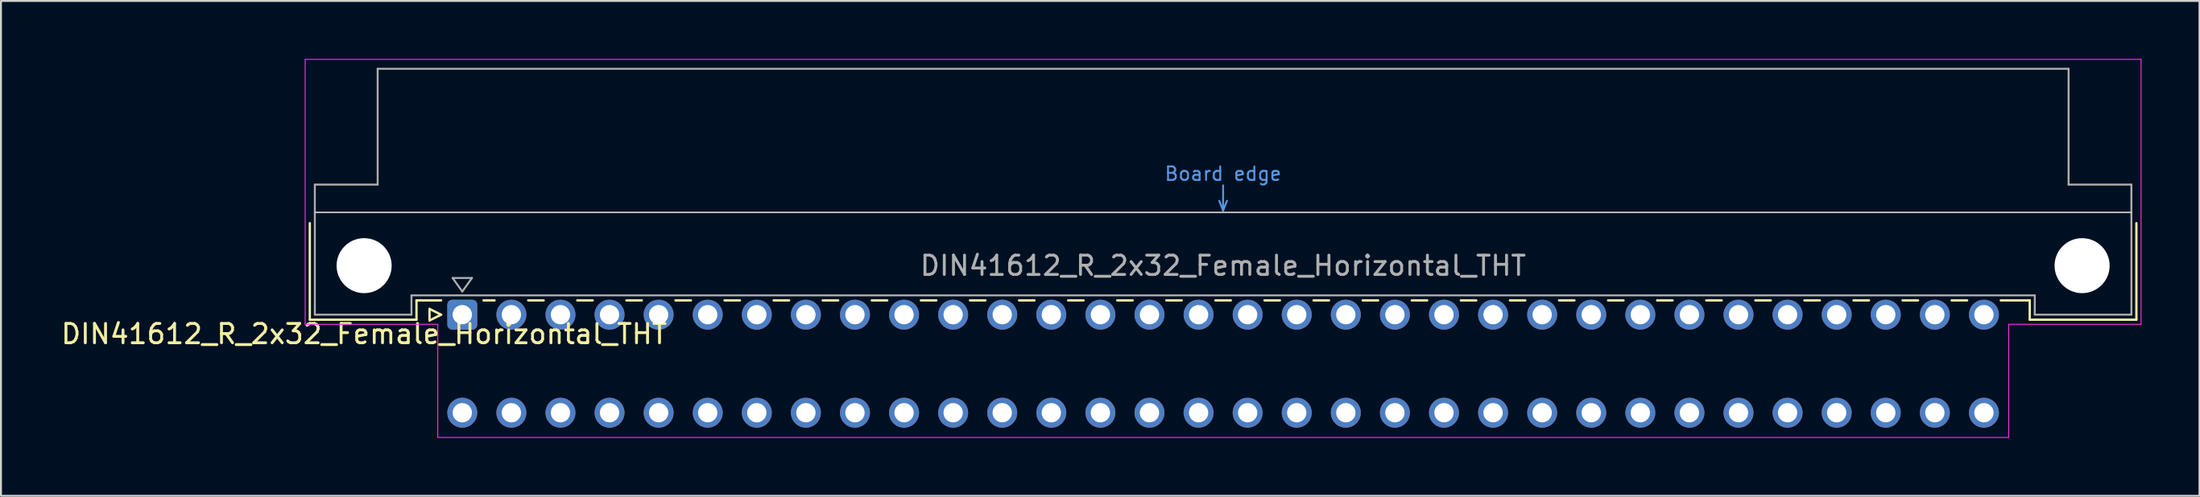
<source format=kicad_pcb>
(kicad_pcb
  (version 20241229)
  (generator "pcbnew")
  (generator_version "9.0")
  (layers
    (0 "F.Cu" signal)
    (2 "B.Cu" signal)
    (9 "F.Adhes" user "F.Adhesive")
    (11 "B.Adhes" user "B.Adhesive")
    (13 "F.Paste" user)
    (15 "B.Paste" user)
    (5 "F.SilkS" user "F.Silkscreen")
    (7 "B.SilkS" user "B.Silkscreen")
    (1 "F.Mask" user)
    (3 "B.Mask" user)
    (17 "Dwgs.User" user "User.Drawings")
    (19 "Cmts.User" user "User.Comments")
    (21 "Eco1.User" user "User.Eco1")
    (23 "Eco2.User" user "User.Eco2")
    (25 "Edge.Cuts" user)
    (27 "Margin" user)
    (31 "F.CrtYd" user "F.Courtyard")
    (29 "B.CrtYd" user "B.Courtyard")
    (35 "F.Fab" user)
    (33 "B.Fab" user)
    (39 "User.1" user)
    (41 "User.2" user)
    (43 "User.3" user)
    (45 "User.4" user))
  (footprint "DIN41612_R_2x32_Female_Horizontal_THT"
    (layer "F.Cu")
    (at 20.872 13.255)
    (property "Reference" "DIN41612_R_2x32_Female_Horizontal_THT" (at -5.08 1 0) (layer "F.SilkS") (effects (font (size 1 1) (thickness 0.15))))
    (attr through_hole)
    (fp_line (start -7.89 -4.74) (end -7.89 0.26) (stroke (width 0.12) (type solid)) (layer "F.SilkS"))
    (fp_line (start -7.89 0.26) (end -2.37 0.26) (stroke (width 0.12) (type solid)) (layer "F.SilkS"))
    (fp_line (start -2.371 -0.74) (end -1.095 -0.74) (stroke (width 0.12) (type solid)) (layer "F.SilkS"))
    (fp_line (start -2.37 0.26) (end -2.37 -0.74) (stroke (width 0.12) (type solid)) (layer "F.SilkS"))
    (fp_line (start -1.695 -0.3) (end -1.695 0.3) (stroke (width 0.12) (type solid)) (layer "F.SilkS"))
    (fp_line (start -1.695 0.3) (end -1.095 0) (stroke (width 0.12) (type solid)) (layer "F.SilkS"))
    (fp_line (start -1.095 0) (end -1.695 -0.3) (stroke (width 0.12) (type solid)) (layer "F.SilkS"))
    (fp_line (start 1.095 -0.74) (end 1.671 -0.74) (stroke (width 0.12) (type solid)) (layer "F.SilkS"))
    (fp_line (start 3.41 -0.74) (end 4.211 -0.74) (stroke (width 0.12) (type solid)) (layer "F.SilkS"))
    (fp_line (start 5.95 -0.74) (end 6.751 -0.74) (stroke (width 0.12) (type solid)) (layer "F.SilkS"))
    (fp_line (start 8.49 -0.74) (end 9.291 -0.74) (stroke (width 0.12) (type solid)) (layer "F.SilkS"))
    (fp_line (start 11.03 -0.74) (end 11.831 -0.74) (stroke (width 0.12) (type solid)) (layer "F.SilkS"))
    (fp_line (start 13.57 -0.74) (end 14.371 -0.74) (stroke (width 0.12) (type solid)) (layer "F.SilkS"))
    (fp_line (start 16.11 -0.74) (end 16.911 -0.74) (stroke (width 0.12) (type solid)) (layer "F.SilkS"))
    (fp_line (start 18.65 -0.74) (end 19.451 -0.74) (stroke (width 0.12) (type solid)) (layer "F.SilkS"))
    (fp_line (start 21.19 -0.74) (end 21.991 -0.74) (stroke (width 0.12) (type solid)) (layer "F.SilkS"))
    (fp_line (start 23.73 -0.74) (end 24.531 -0.74) (stroke (width 0.12) (type solid)) (layer "F.SilkS"))
    (fp_line (start 26.27 -0.74) (end 27.071 -0.74) (stroke (width 0.12) (type solid)) (layer "F.SilkS"))
    (fp_line (start 28.81 -0.74) (end 29.611 -0.74) (stroke (width 0.12) (type solid)) (layer "F.SilkS"))
    (fp_line (start 31.35 -0.74) (end 32.151 -0.74) (stroke (width 0.12) (type solid)) (layer "F.SilkS"))
    (fp_line (start 33.89 -0.74) (end 34.691 -0.74) (stroke (width 0.12) (type solid)) (layer "F.SilkS"))
    (fp_line (start 36.43 -0.74) (end 37.231 -0.74) (stroke (width 0.12) (type solid)) (layer "F.SilkS"))
    (fp_line (start 38.97 -0.74) (end 39.771 -0.74) (stroke (width 0.12) (type solid)) (layer "F.SilkS"))
    (fp_line (start 41.51 -0.74) (end 42.311 -0.74) (stroke (width 0.12) (type solid)) (layer "F.SilkS"))
    (fp_line (start 44.05 -0.74) (end 44.851 -0.74) (stroke (width 0.12) (type solid)) (layer "F.SilkS"))
    (fp_line (start 46.59 -0.74) (end 47.391 -0.74) (stroke (width 0.12) (type solid)) (layer "F.SilkS"))
    (fp_line (start 49.13 -0.74) (end 49.931 -0.74) (stroke (width 0.12) (type solid)) (layer "F.SilkS"))
    (fp_line (start 51.67 -0.74) (end 52.471 -0.74) (stroke (width 0.12) (type solid)) (layer "F.SilkS"))
    (fp_line (start 54.21 -0.74) (end 55.011 -0.74) (stroke (width 0.12) (type solid)) (layer "F.SilkS"))
    (fp_line (start 56.75 -0.74) (end 57.551 -0.74) (stroke (width 0.12) (type solid)) (layer "F.SilkS"))
    (fp_line (start 59.29 -0.74) (end 60.091 -0.74) (stroke (width 0.12) (type solid)) (layer "F.SilkS"))
    (fp_line (start 61.83 -0.74) (end 62.631 -0.74) (stroke (width 0.12) (type solid)) (layer "F.SilkS"))
    (fp_line (start 64.37 -0.74) (end 65.171 -0.74) (stroke (width 0.12) (type solid)) (layer "F.SilkS"))
    (fp_line (start 66.91 -0.74) (end 67.711 -0.74) (stroke (width 0.12) (type solid)) (layer "F.SilkS"))
    (fp_line (start 69.45 -0.74) (end 70.251 -0.74) (stroke (width 0.12) (type solid)) (layer "F.SilkS"))
    (fp_line (start 71.99 -0.74) (end 72.791 -0.74) (stroke (width 0.12) (type solid)) (layer "F.SilkS"))
    (fp_line (start 74.53 -0.74) (end 75.331 -0.74) (stroke (width 0.12) (type solid)) (layer "F.SilkS"))
    (fp_line (start 77.07 -0.74) (end 77.871 -0.74) (stroke (width 0.12) (type solid)) (layer "F.SilkS"))
    (fp_line (start 79.61 -0.74) (end 81.11 -0.74) (stroke (width 0.12) (type solid)) (layer "F.SilkS"))
    (fp_line (start 81.11 0.26) (end 81.11 -0.74) (stroke (width 0.12) (type solid)) (layer "F.SilkS"))
    (fp_line (start 86.63 -4.74) (end 86.63 0.26) (stroke (width 0.12) (type solid)) (layer "F.SilkS"))
    (fp_line (start 86.63 0.26) (end 81.11 0.26) (stroke (width 0.12) (type solid)) (layer "F.SilkS"))
    (fp_line (start -7.63 -5.3) (end 86.37 -5.3) (stroke (width 0.08) (type solid)) (layer "Dwgs.User"))
    (fp_line (start 39.17 -5.9) (end 39.37 -5.4) (stroke (width 0.1) (type solid)) (layer "Cmts.User"))
    (fp_line (start 39.37 -5.4) (end 39.37 -6.7) (stroke (width 0.1) (type solid)) (layer "Cmts.User"))
    (fp_line (start 39.37 -5.4) (end 39.57 -5.9) (stroke (width 0.1) (type solid)) (layer "Cmts.User"))
    (fp_line (start -8.13 -13.23) (end -8.13 0.5) (stroke (width 0.05) (type solid)) (layer "F.CrtYd"))
    (fp_line (start -8.13 0.5) (end -1.27 0.5) (stroke (width 0.05) (type solid)) (layer "F.CrtYd"))
    (fp_line (start -1.27 0.5) (end -1.27 6.36) (stroke (width 0.05) (type solid)) (layer "F.CrtYd"))
    (fp_line (start -1.27 6.36) (end 80.02 6.36) (stroke (width 0.05) (type solid)) (layer "F.CrtYd"))
    (fp_line (start 80.02 0.5) (end 86.87 0.5) (stroke (width 0.05) (type solid)) (layer "F.CrtYd"))
    (fp_line (start 80.02 6.36) (end 80.02 0.5) (stroke (width 0.05) (type solid)) (layer "F.CrtYd"))
    (fp_line (start 86.87 -13.23) (end -8.13 -13.23) (stroke (width 0.05) (type solid)) (layer "F.CrtYd"))
    (fp_line (start 86.87 0.5) (end 86.87 -13.23) (stroke (width 0.05) (type solid)) (layer "F.CrtYd"))
    (fp_line (start -7.63 -6.74) (end -7.63 0) (stroke (width 0.1) (type solid)) (layer "F.Fab"))
    (fp_line (start -7.63 0) (end -2.63 0) (stroke (width 0.1) (type solid)) (layer "F.Fab"))
    (fp_line (start -4.38 -12.74) (end -4.38 -6.74) (stroke (width 0.1) (type solid)) (layer "F.Fab"))
    (fp_line (start -4.38 -6.74) (end -7.63 -6.74) (stroke (width 0.1) (type solid)) (layer "F.Fab"))
    (fp_line (start -2.63 -1) (end 81.37 -1) (stroke (width 0.1) (type solid)) (layer "F.Fab"))
    (fp_line (start -2.63 0) (end -2.63 -1) (stroke (width 0.1) (type solid)) (layer "F.Fab"))
    (fp_line (start -0.5 -1.9) (end 0.5 -1.9) (stroke (width 0.1) (type solid)) (layer "F.Fab"))
    (fp_line (start 0 -1.2) (end -0.5 -1.9) (stroke (width 0.1) (type solid)) (layer "F.Fab"))
    (fp_line (start 0.5 -1.9) (end 0 -1.2) (stroke (width 0.1) (type solid)) (layer "F.Fab"))
    (fp_line (start 81.37 -1) (end 81.37 0) (stroke (width 0.1) (type solid)) (layer "F.Fab"))
    (fp_line (start 81.37 0) (end 86.37 0) (stroke (width 0.1) (type solid)) (layer "F.Fab"))
    (fp_line (start 83.12 -12.74) (end -4.38 -12.74) (stroke (width 0.1) (type solid)) (layer "F.Fab"))
    (fp_line (start 83.12 -6.74) (end 83.12 -12.74) (stroke (width 0.1) (type solid)) (layer "F.Fab"))
    (fp_line (start 86.37 -6.74) (end 83.12 -6.74) (stroke (width 0.1) (type solid)) (layer "F.Fab"))
    (fp_line (start 86.37 0) (end 86.37 -6.74) (stroke (width 0.1) (type solid)) (layer "F.Fab"))
    (fp_text user "Board edge" (at 39.37 -7.3 0) (layer "Cmts.User") (effects (font (size 0.7 0.7) (thickness 0.1))))
    (fp_text user "${REFERENCE}" (at 39.37 -2.54 0) (layer "F.Fab") (effects (font (size 1 1) (thickness 0.15))))
    (pad "" np_thru_hole circle (at -5.08 -2.54) (size 2.85 2.85) (drill 2.85) (layers "*.Cu" "*.Mask"))
    (pad "" np_thru_hole circle (at 83.82 -2.54) (size 2.85 2.85) (drill 2.85) (layers "*.Cu" "*.Mask"))
    (pad "a1" thru_hole roundrect (at 0 0) (size 1.55 1.55) (drill 1) (layers "*.Cu" "*.Mask") (roundrect_rratio 0.161))
    (pad "a2" thru_hole circle (at 2.54 0) (size 1.55 1.55) (drill 1) (layers "*.Cu" "*.Mask"))
    (pad "a3" thru_hole circle (at 5.08 0) (size 1.55 1.55) (drill 1) (layers "*.Cu" "*.Mask"))
    (pad "a4" thru_hole circle (at 7.62 0) (size 1.55 1.55) (drill 1) (layers "*.Cu" "*.Mask"))
    (pad "a5" thru_hole circle (at 10.16 0) (size 1.55 1.55) (drill 1) (layers "*.Cu" "*.Mask"))
    (pad "a6" thru_hole circle (at 12.7 0) (size 1.55 1.55) (drill 1) (layers "*.Cu" "*.Mask"))
    (pad "a7" thru_hole circle (at 15.24 0) (size 1.55 1.55) (drill 1) (layers "*.Cu" "*.Mask"))
    (pad "a8" thru_hole circle (at 17.78 0) (size 1.55 1.55) (drill 1) (layers "*.Cu" "*.Mask"))
    (pad "a9" thru_hole circle (at 20.32 0) (size 1.55 1.55) (drill 1) (layers "*.Cu" "*.Mask"))
    (pad "a10" thru_hole circle (at 22.86 0) (size 1.55 1.55) (drill 1) (layers "*.Cu" "*.Mask"))
    (pad "a11" thru_hole circle (at 25.4 0) (size 1.55 1.55) (drill 1) (layers "*.Cu" "*.Mask"))
    (pad "a12" thru_hole circle (at 27.94 0) (size 1.55 1.55) (drill 1) (layers "*.Cu" "*.Mask"))
    (pad "a13" thru_hole circle (at 30.48 0) (size 1.55 1.55) (drill 1) (layers "*.Cu" "*.Mask"))
    (pad "a14" thru_hole circle (at 33.02 0) (size 1.55 1.55) (drill 1) (layers "*.Cu" "*.Mask"))
    (pad "a15" thru_hole circle (at 35.56 0) (size 1.55 1.55) (drill 1) (layers "*.Cu" "*.Mask"))
    (pad "a16" thru_hole circle (at 38.1 0) (size 1.55 1.55) (drill 1) (layers "*.Cu" "*.Mask"))
    (pad "a17" thru_hole circle (at 40.64 0) (size 1.55 1.55) (drill 1) (layers "*.Cu" "*.Mask"))
    (pad "a18" thru_hole circle (at 43.18 0) (size 1.55 1.55) (drill 1) (layers "*.Cu" "*.Mask"))
    (pad "a19" thru_hole circle (at 45.72 0) (size 1.55 1.55) (drill 1) (layers "*.Cu" "*.Mask"))
    (pad "a20" thru_hole circle (at 48.26 0) (size 1.55 1.55) (drill 1) (layers "*.Cu" "*.Mask"))
    (pad "a21" thru_hole circle (at 50.8 0) (size 1.55 1.55) (drill 1) (layers "*.Cu" "*.Mask"))
    (pad "a22" thru_hole circle (at 53.34 0) (size 1.55 1.55) (drill 1) (layers "*.Cu" "*.Mask"))
    (pad "a23" thru_hole circle (at 55.88 0) (size 1.55 1.55) (drill 1) (layers "*.Cu" "*.Mask"))
    (pad "a24" thru_hole circle (at 58.42 0) (size 1.55 1.55) (drill 1) (layers "*.Cu" "*.Mask"))
    (pad "a25" thru_hole circle (at 60.96 0) (size 1.55 1.55) (drill 1) (layers "*.Cu" "*.Mask"))
    (pad "a26" thru_hole circle (at 63.5 0) (size 1.55 1.55) (drill 1) (layers "*.Cu" "*.Mask"))
    (pad "a27" thru_hole circle (at 66.04 0) (size 1.55 1.55) (drill 1) (layers "*.Cu" "*.Mask"))
    (pad "a28" thru_hole circle (at 68.58 0) (size 1.55 1.55) (drill 1) (layers "*.Cu" "*.Mask"))
    (pad "a29" thru_hole circle (at 71.12 0) (size 1.55 1.55) (drill 1) (layers "*.Cu" "*.Mask"))
    (pad "a30" thru_hole circle (at 73.66 0) (size 1.55 1.55) (drill 1) (layers "*.Cu" "*.Mask"))
    (pad "a31" thru_hole circle (at 76.2 0) (size 1.55 1.55) (drill 1) (layers "*.Cu" "*.Mask"))
    (pad "a32" thru_hole circle (at 78.74 0) (size 1.55 1.55) (drill 1) (layers "*.Cu" "*.Mask"))
    (pad "c1" thru_hole circle (at 0 5.08) (size 1.55 1.55) (drill 1) (layers "*.Cu" "*.Mask"))
    (pad "c2" thru_hole circle (at 2.54 5.08) (size 1.55 1.55) (drill 1) (layers "*.Cu" "*.Mask"))
    (pad "c3" thru_hole circle (at 5.08 5.08) (size 1.55 1.55) (drill 1) (layers "*.Cu" "*.Mask"))
    (pad "c4" thru_hole circle (at 7.62 5.08) (size 1.55 1.55) (drill 1) (layers "*.Cu" "*.Mask"))
    (pad "c5" thru_hole circle (at 10.16 5.08) (size 1.55 1.55) (drill 1) (layers "*.Cu" "*.Mask"))
    (pad "c6" thru_hole circle (at 12.7 5.08) (size 1.55 1.55) (drill 1) (layers "*.Cu" "*.Mask"))
    (pad "c7" thru_hole circle (at 15.24 5.08) (size 1.55 1.55) (drill 1) (layers "*.Cu" "*.Mask"))
    (pad "c8" thru_hole circle (at 17.78 5.08) (size 1.55 1.55) (drill 1) (layers "*.Cu" "*.Mask"))
    (pad "c9" thru_hole circle (at 20.32 5.08) (size 1.55 1.55) (drill 1) (layers "*.Cu" "*.Mask"))
    (pad "c10" thru_hole circle (at 22.86 5.08) (size 1.55 1.55) (drill 1) (layers "*.Cu" "*.Mask"))
    (pad "c11" thru_hole circle (at 25.4 5.08) (size 1.55 1.55) (drill 1) (layers "*.Cu" "*.Mask"))
    (pad "c12" thru_hole circle (at 27.94 5.08) (size 1.55 1.55) (drill 1) (layers "*.Cu" "*.Mask"))
    (pad "c13" thru_hole circle (at 30.48 5.08) (size 1.55 1.55) (drill 1) (layers "*.Cu" "*.Mask"))
    (pad "c14" thru_hole circle (at 33.02 5.08) (size 1.55 1.55) (drill 1) (layers "*.Cu" "*.Mask"))
    (pad "c15" thru_hole circle (at 35.56 5.08) (size 1.55 1.55) (drill 1) (layers "*.Cu" "*.Mask"))
    (pad "c16" thru_hole circle (at 38.1 5.08) (size 1.55 1.55) (drill 1) (layers "*.Cu" "*.Mask"))
    (pad "c17" thru_hole circle (at 40.64 5.08) (size 1.55 1.55) (drill 1) (layers "*.Cu" "*.Mask"))
    (pad "c18" thru_hole circle (at 43.18 5.08) (size 1.55 1.55) (drill 1) (layers "*.Cu" "*.Mask"))
    (pad "c19" thru_hole circle (at 45.72 5.08) (size 1.55 1.55) (drill 1) (layers "*.Cu" "*.Mask"))
    (pad "c20" thru_hole circle (at 48.26 5.08) (size 1.55 1.55) (drill 1) (layers "*.Cu" "*.Mask"))
    (pad "c21" thru_hole circle (at 50.8 5.08) (size 1.55 1.55) (drill 1) (layers "*.Cu" "*.Mask"))
    (pad "c22" thru_hole circle (at 53.34 5.08) (size 1.55 1.55) (drill 1) (layers "*.Cu" "*.Mask"))
    (pad "c23" thru_hole circle (at 55.88 5.08) (size 1.55 1.55) (drill 1) (layers "*.Cu" "*.Mask"))
    (pad "c24" thru_hole circle (at 58.42 5.08) (size 1.55 1.55) (drill 1) (layers "*.Cu" "*.Mask"))
    (pad "c25" thru_hole circle (at 60.96 5.08) (size 1.55 1.55) (drill 1) (layers "*.Cu" "*.Mask"))
    (pad "c26" thru_hole circle (at 63.5 5.08) (size 1.55 1.55) (drill 1) (layers "*.Cu" "*.Mask"))
    (pad "c27" thru_hole circle (at 66.04 5.08) (size 1.55 1.55) (drill 1) (layers "*.Cu" "*.Mask"))
    (pad "c28" thru_hole circle (at 68.58 5.08) (size 1.55 1.55) (drill 1) (layers "*.Cu" "*.Mask"))
    (pad "c29" thru_hole circle (at 71.12 5.08) (size 1.55 1.55) (drill 1) (layers "*.Cu" "*.Mask"))
    (pad "c30" thru_hole circle (at 73.66 5.08) (size 1.55 1.55) (drill 1) (layers "*.Cu" "*.Mask"))
    (pad "c31" thru_hole circle (at 76.2 5.08) (size 1.55 1.55) (drill 1) (layers "*.Cu" "*.Mask"))
    (pad "c32" thru_hole circle (at 78.74 5.08) (size 1.55 1.55) (drill 1) (layers "*.Cu" "*.Mask")))
  (gr_rect
    (start -3 -3)
    (end 110.767 22.64)
    (stroke (width 0.1) (type default))
    (fill no)
    (layer "Edge.Cuts")))
</source>
